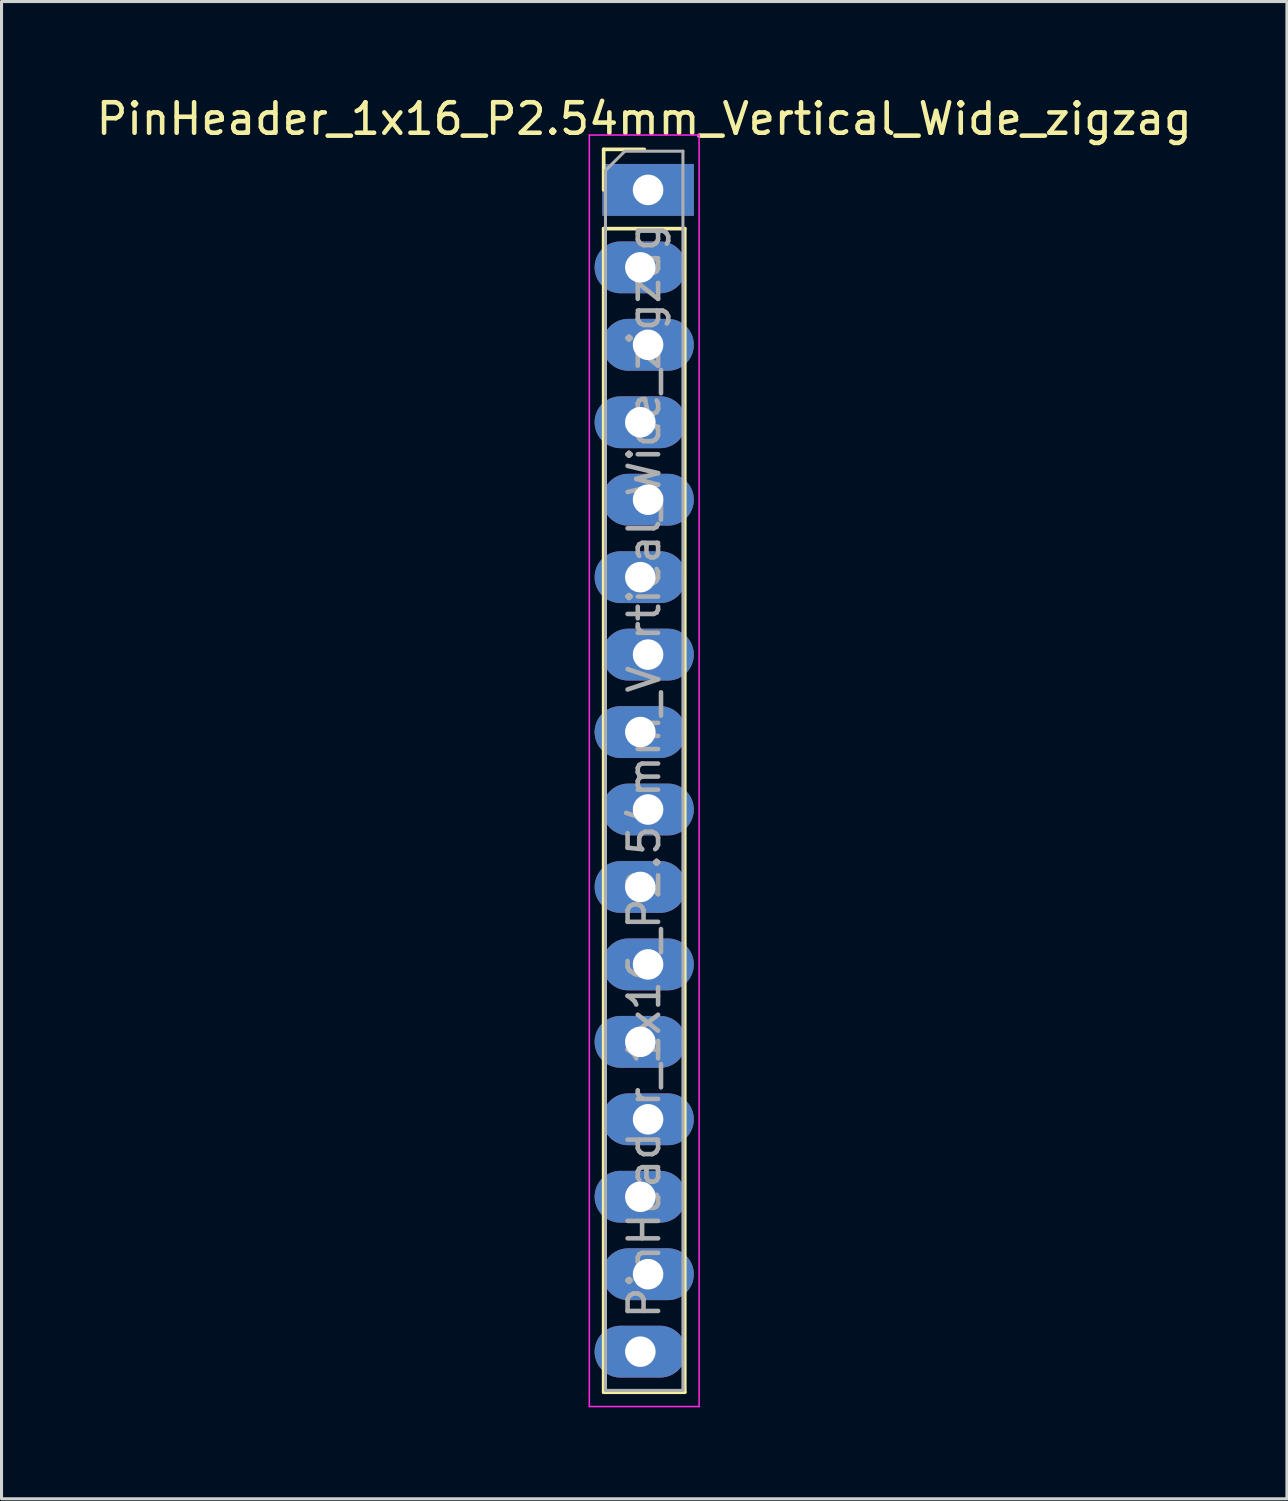
<source format=kicad_pcb>
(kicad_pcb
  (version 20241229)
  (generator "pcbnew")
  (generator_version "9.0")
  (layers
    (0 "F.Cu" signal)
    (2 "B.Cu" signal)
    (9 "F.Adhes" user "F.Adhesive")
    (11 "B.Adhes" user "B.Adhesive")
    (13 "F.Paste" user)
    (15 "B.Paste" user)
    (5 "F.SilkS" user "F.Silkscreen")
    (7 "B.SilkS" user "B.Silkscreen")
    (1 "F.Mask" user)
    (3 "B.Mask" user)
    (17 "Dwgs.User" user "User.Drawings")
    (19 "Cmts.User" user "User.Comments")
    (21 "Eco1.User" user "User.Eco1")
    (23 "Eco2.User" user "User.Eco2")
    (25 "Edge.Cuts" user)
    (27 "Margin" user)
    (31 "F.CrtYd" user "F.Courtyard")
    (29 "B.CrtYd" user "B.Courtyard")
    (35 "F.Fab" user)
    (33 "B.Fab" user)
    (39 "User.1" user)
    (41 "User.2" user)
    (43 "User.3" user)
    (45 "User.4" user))
  (footprint "PinHeader_1x16_P2.54mm_Vertical_Wide_zigzag"
    (layer "F.Cu")
    (at 18.077 3.178)
    (property "Reference" "PinHeader_1x16_P2.54mm_Vertical_Wide_zigzag" (at 0 -2.33 0) (layer "F.SilkS") (effects (font (size 1 1) (thickness 0.15))))
    (attr through_hole)
    (fp_line (start -1.33 -1.33) (end 0 -1.33) (stroke (width 0.12) (type solid)) (layer "F.SilkS"))
    (fp_line (start -1.33 0) (end -1.33 -1.33) (stroke (width 0.12) (type solid)) (layer "F.SilkS"))
    (fp_line (start -1.33 1.27) (end -1.33 39.43) (stroke (width 0.12) (type solid)) (layer "F.SilkS"))
    (fp_line (start -1.33 1.27) (end 1.33 1.27) (stroke (width 0.12) (type solid)) (layer "F.SilkS"))
    (fp_line (start -1.33 39.43) (end 1.33 39.43) (stroke (width 0.12) (type solid)) (layer "F.SilkS"))
    (fp_line (start 1.33 1.27) (end 1.33 39.43) (stroke (width 0.12) (type solid)) (layer "F.SilkS"))
    (fp_line (start -1.8 -1.8) (end -1.8 39.9) (stroke (width 0.05) (type solid)) (layer "F.CrtYd"))
    (fp_line (start -1.8 39.9) (end 1.8 39.9) (stroke (width 0.05) (type solid)) (layer "F.CrtYd"))
    (fp_line (start 1.8 -1.8) (end -1.8 -1.8) (stroke (width 0.05) (type solid)) (layer "F.CrtYd"))
    (fp_line (start 1.8 39.9) (end 1.8 -1.8) (stroke (width 0.05) (type solid)) (layer "F.CrtYd"))
    (fp_line (start -1.27 -0.635) (end -0.635 -1.27) (stroke (width 0.1) (type solid)) (layer "F.Fab"))
    (fp_line (start -1.27 39.37) (end -1.27 -0.635) (stroke (width 0.1) (type solid)) (layer "F.Fab"))
    (fp_line (start -0.635 -1.27) (end 1.27 -1.27) (stroke (width 0.1) (type solid)) (layer "F.Fab"))
    (fp_line (start 1.27 -1.27) (end 1.27 39.37) (stroke (width 0.1) (type solid)) (layer "F.Fab"))
    (fp_line (start 1.27 39.37) (end -1.27 39.37) (stroke (width 0.1) (type solid)) (layer "F.Fab"))
    (fp_text user "${REFERENCE}" (at 0 19.05 90) (layer "F.Fab") (effects (font (size 1 1) (thickness 0.15))))
    (pad "1" thru_hole rect (at 0.127 0) (size 3 1.7) (drill 1) (layers "*.Cu" "*.Mask"))
    (pad "2" thru_hole oval (at -0.127 2.54) (size 3 1.7) (drill 1) (layers "*.Cu" "*.Mask"))
    (pad "3" thru_hole oval (at 0.127 5.08) (size 3 1.7) (drill 1) (layers "*.Cu" "*.Mask"))
    (pad "4" thru_hole oval (at -0.127 7.62) (size 3 1.7) (drill 1) (layers "*.Cu" "*.Mask"))
    (pad "5" thru_hole oval (at 0.127 10.16) (size 3 1.7) (drill 1) (layers "*.Cu" "*.Mask"))
    (pad "6" thru_hole oval (at -0.127 12.7) (size 3 1.7) (drill 1) (layers "*.Cu" "*.Mask"))
    (pad "7" thru_hole oval (at 0.127 15.24) (size 3 1.7) (drill 1) (layers "*.Cu" "*.Mask"))
    (pad "8" thru_hole oval (at -0.127 17.78) (size 3 1.7) (drill 1) (layers "*.Cu" "*.Mask"))
    (pad "9" thru_hole oval (at 0.127 20.32) (size 3 1.7) (drill 1) (layers "*.Cu" "*.Mask"))
    (pad "10" thru_hole oval (at -0.127 22.86) (size 3 1.7) (drill 1) (layers "*.Cu" "*.Mask"))
    (pad "11" thru_hole oval (at 0.127 25.4) (size 3 1.7) (drill 1) (layers "*.Cu" "*.Mask"))
    (pad "12" thru_hole oval (at -0.127 27.94) (size 3 1.7) (drill 1) (layers "*.Cu" "*.Mask"))
    (pad "13" thru_hole oval (at 0.127 30.48) (size 3 1.7) (drill 1) (layers "*.Cu" "*.Mask"))
    (pad "14" thru_hole oval (at -0.127 33.02) (size 3 1.7) (drill 1) (layers "*.Cu" "*.Mask"))
    (pad "15" thru_hole oval (at 0.127 35.56) (size 3 1.7) (drill 1) (layers "*.Cu" "*.Mask"))
    (pad "16" thru_hole oval (at -0.127 38.1) (size 3 1.7) (drill 1) (layers "*.Cu" "*.Mask")))
  (gr_rect
    (start -3 -3)
    (end 39.155 46.103)
    (stroke (width 0.1) (type default))
    (fill no)
    (layer "Edge.Cuts")))
</source>
